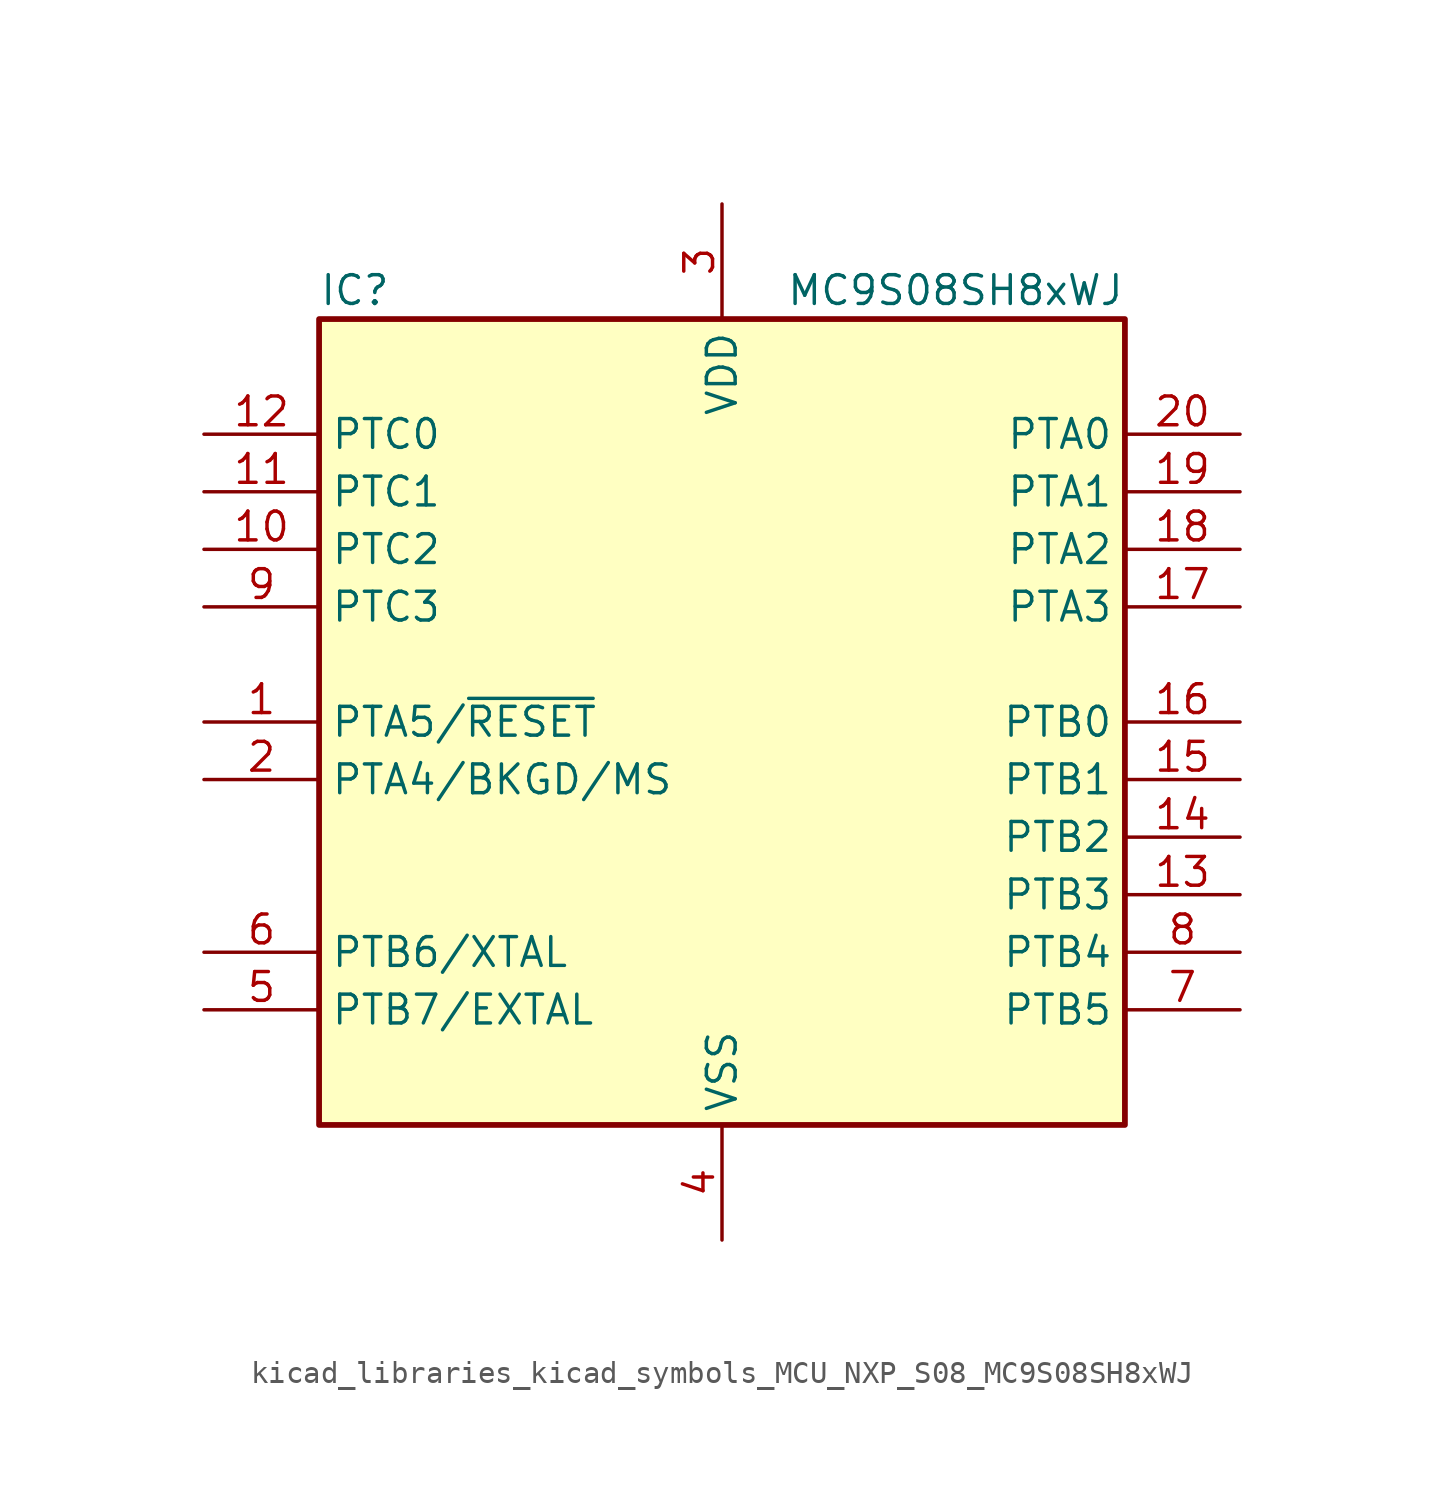
<source format=kicad_sym>
(kicad_symbol_lib
  (version 20220914)
  (generator kicad_symbol_editor)
  (symbol "kicad_libraries_kicad_symbols_MCU_NXP_S08_MC9S08SH8xWJ"
    (property "Reference" "IC"
      (at -17.78 19.05 0)
      (effects (font (size 1.27 1.27)) (justify left)))
    (property "Value" "MC9S08SH8xWJ"
      (at 17.78 19.05 0)
      (effects (font (size 1.27 1.27)) (justify right)))
    (symbol "kicad_libraries_kicad_symbols_MCU_NXP_S08_MC9S08SH8xWJ_0_1"
      (rectangle (start -17.78 17.78) (end 17.78 -17.78) (stroke (width 0.254) (type default)) (fill (type background))))
    (symbol "kicad_libraries_kicad_symbols_MCU_NXP_S08_MC9S08SH8xWJ_1_1"
      (pin bidirectional line (at -22.86 0 0) (length 5.08) (name "PTA5/~{RESET}" (effects (font (size 1.27 1.27)))) (number "1" (effects (font (size 1.27 1.27)))))
      (pin bidirectional line (at -22.86 7.62 0) (length 5.08) (name "PTC2" (effects (font (size 1.27 1.27)))) (number "10" (effects (font (size 1.27 1.27)))))
      (pin bidirectional line (at -22.86 10.16 0) (length 5.08) (name "PTC1" (effects (font (size 1.27 1.27)))) (number "11" (effects (font (size 1.27 1.27)))))
      (pin bidirectional line (at -22.86 12.7 0) (length 5.08) (name "PTC0" (effects (font (size 1.27 1.27)))) (number "12" (effects (font (size 1.27 1.27)))))
      (pin bidirectional line (at 22.86 -7.62 180) (length 5.08) (name "PTB3" (effects (font (size 1.27 1.27)))) (number "13" (effects (font (size 1.27 1.27)))))
      (pin bidirectional line (at 22.86 -5.08 180) (length 5.08) (name "PTB2" (effects (font (size 1.27 1.27)))) (number "14" (effects (font (size 1.27 1.27)))))
      (pin bidirectional line (at 22.86 -2.54 180) (length 5.08) (name "PTB1" (effects (font (size 1.27 1.27)))) (number "15" (effects (font (size 1.27 1.27)))))
      (pin bidirectional line (at 22.86 0 180) (length 5.08) (name "PTB0" (effects (font (size 1.27 1.27)))) (number "16" (effects (font (size 1.27 1.27)))))
      (pin bidirectional line (at 22.86 5.08 180) (length 5.08) (name "PTA3" (effects (font (size 1.27 1.27)))) (number "17" (effects (font (size 1.27 1.27)))))
      (pin bidirectional line (at 22.86 7.62 180) (length 5.08) (name "PTA2" (effects (font (size 1.27 1.27)))) (number "18" (effects (font (size 1.27 1.27)))))
      (pin bidirectional line (at 22.86 10.16 180) (length 5.08) (name "PTA1" (effects (font (size 1.27 1.27)))) (number "19" (effects (font (size 1.27 1.27)))))
      (pin bidirectional line (at -22.86 -2.54 0) (length 5.08) (name "PTA4/BKGD/MS" (effects (font (size 1.27 1.27)))) (number "2" (effects (font (size 1.27 1.27)))))
      (pin bidirectional line (at 22.86 12.7 180) (length 5.08) (name "PTA0" (effects (font (size 1.27 1.27)))) (number "20" (effects (font (size 1.27 1.27)))))
      (pin power_in line (at 0 22.86 270) (length 5.08) (name "VDD" (effects (font (size 1.27 1.27)))) (number "3" (effects (font (size 1.27 1.27)))))
      (pin power_in line (at 0 -22.86 90) (length 5.08) (name "VSS" (effects (font (size 1.27 1.27)))) (number "4" (effects (font (size 1.27 1.27)))))
      (pin bidirectional line (at -22.86 -12.7 0) (length 5.08) (name "PTB7/EXTAL" (effects (font (size 1.27 1.27)))) (number "5" (effects (font (size 1.27 1.27)))))
      (pin bidirectional line (at -22.86 -10.16 0) (length 5.08) (name "PTB6/XTAL" (effects (font (size 1.27 1.27)))) (number "6" (effects (font (size 1.27 1.27)))))
      (pin bidirectional line (at 22.86 -12.7 180) (length 5.08) (name "PTB5" (effects (font (size 1.27 1.27)))) (number "7" (effects (font (size 1.27 1.27)))))
      (pin bidirectional line (at 22.86 -10.16 180) (length 5.08) (name "PTB4" (effects (font (size 1.27 1.27)))) (number "8" (effects (font (size 1.27 1.27)))))
      (pin bidirectional line (at -22.86 5.08 0) (length 5.08) (name "PTC3" (effects (font (size 1.27 1.27)))) (number "9" (effects (font (size 1.27 1.27))))))))
</source>
